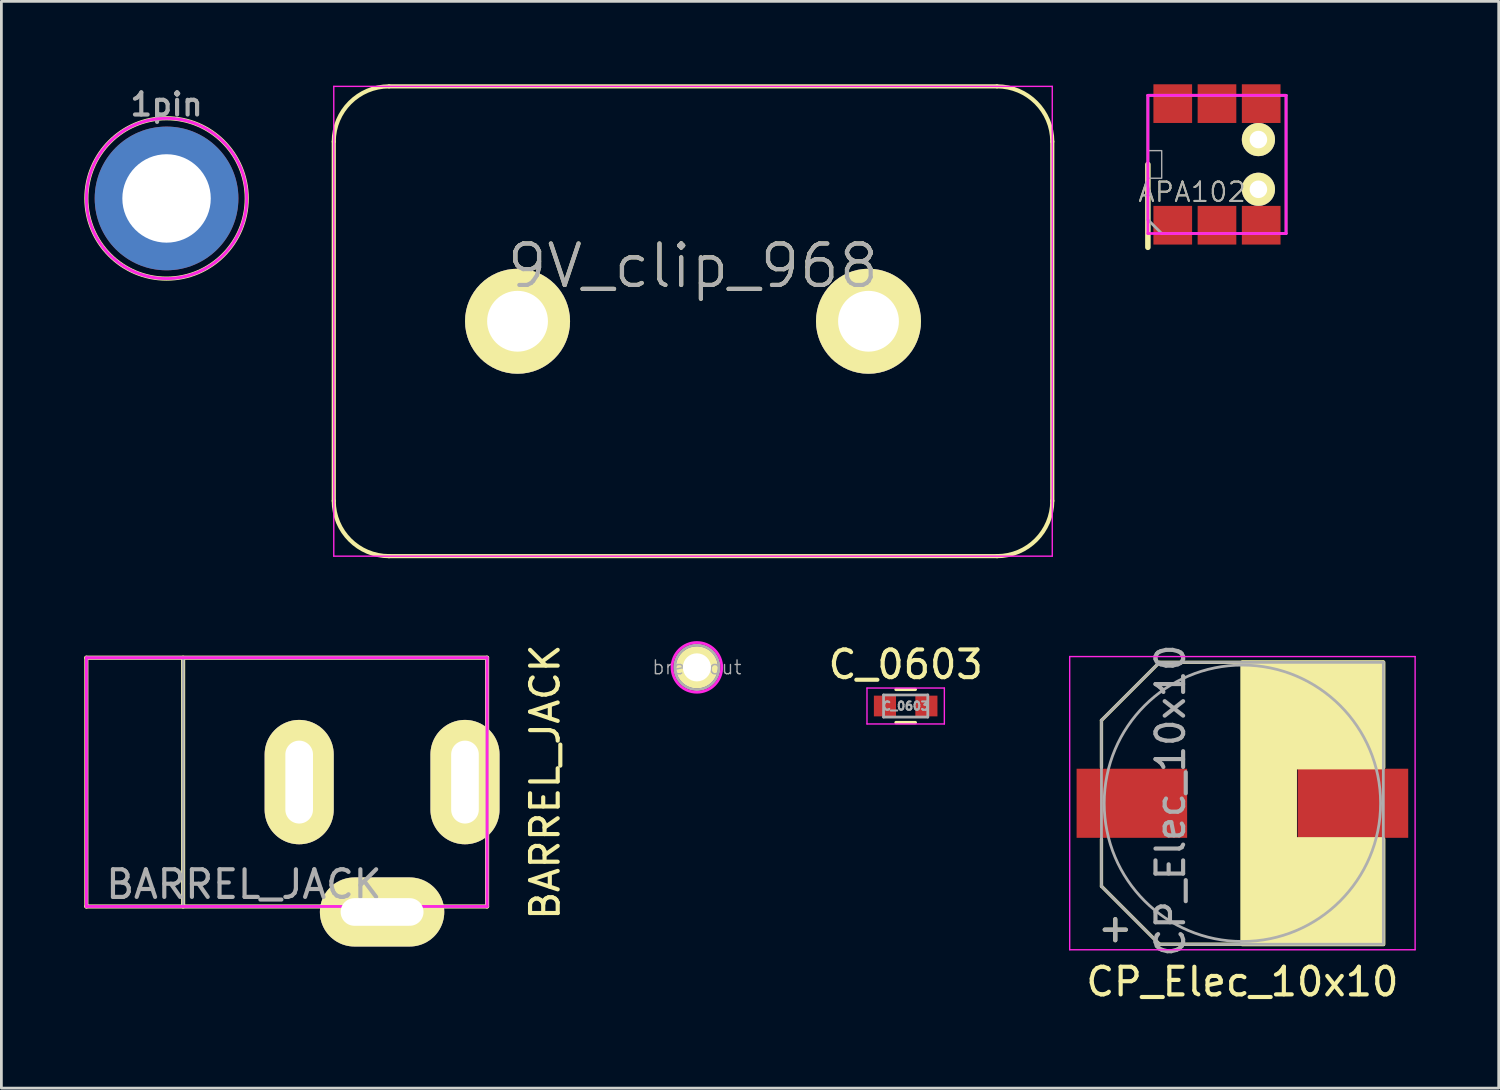
<source format=kicad_pcb>
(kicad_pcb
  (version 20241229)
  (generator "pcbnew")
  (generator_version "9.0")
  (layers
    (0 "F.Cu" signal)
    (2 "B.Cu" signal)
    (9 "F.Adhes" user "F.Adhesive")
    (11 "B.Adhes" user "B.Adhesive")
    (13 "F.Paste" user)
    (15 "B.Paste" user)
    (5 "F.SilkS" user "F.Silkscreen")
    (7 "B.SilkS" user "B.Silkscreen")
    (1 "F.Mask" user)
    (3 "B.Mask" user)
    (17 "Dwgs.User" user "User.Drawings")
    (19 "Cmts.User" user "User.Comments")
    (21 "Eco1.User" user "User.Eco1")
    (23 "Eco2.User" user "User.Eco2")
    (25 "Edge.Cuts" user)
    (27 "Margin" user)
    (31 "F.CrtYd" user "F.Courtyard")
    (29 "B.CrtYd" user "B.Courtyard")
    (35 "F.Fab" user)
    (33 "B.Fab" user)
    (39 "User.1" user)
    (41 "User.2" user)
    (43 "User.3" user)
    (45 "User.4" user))
  (footprint "1pin"
    (layer "F.Cu")
    (at 2.977 4.131)
    (property "Reference" "1pin" (at 0 -3.4 0) (layer "F.Fab") (effects (font (size 0.8 0.8) (thickness 0.15))))
    (attr through_hole)
    (fp_circle (center 0 0) (end 2.9 0.1) (stroke (width 0.15) (type solid)) (fill no) (layer "F.SilkS"))
    (fp_circle (center 0 0) (end 2.9 0) (stroke (width 0.1) (type solid)) (fill no) (layer "F.CrtYd"))
    (fp_line (start -0.5 0) (end 0.5 0) (stroke (width 0.05) (type solid)) (layer "F.Fab"))
    (fp_line (start 0 -0.5) (end 0 0.5) (stroke (width 0.05) (type solid)) (layer "F.Fab"))
    (fp_circle (center 0 0) (end 2.902 0) (stroke (width 0.1) (type solid)) (fill no) (layer "F.Fab"))
    (pad "1" thru_hole circle (at 0 0) (size 5.2 5.2) (drill 3.2) (layers "*.Cu" "*.Mask")))
  (footprint "9V_clip_968"
    (layer "F.Cu")
    (at 22.028 8.575)
    (property "Reference" "9V_clip_968" (at 0 -2 0) (layer "F.SilkS") (effects (font (size 1.5 1.5) (thickness 0.15))))
    (attr through_hole)
    (fp_line (start -13 -6.5) (end -13 6.5) (stroke (width 0.15) (type solid)) (layer "F.SilkS"))
    (fp_line (start -11 8.5) (end 11 8.5) (stroke (width 0.15) (type solid)) (layer "F.SilkS"))
    (fp_line (start 11 -8.5) (end -11 -8.5) (stroke (width 0.15) (type solid)) (layer "F.SilkS"))
    (fp_line (start 13 6.5) (end 13 -6.5) (stroke (width 0.15) (type solid)) (layer "F.SilkS"))
    (fp_arc (start -13 -6.5) (mid -12.414214 -7.914214) (end -11 -8.5) (stroke (width 0.15) (type solid)) (layer "F.SilkS"))
    (fp_arc (start -11 8.5) (mid -12.414214 7.914214) (end -13 6.5) (stroke (width 0.15) (type solid)) (layer "F.SilkS"))
    (fp_arc (start 11 -8.5) (mid 12.414214 -7.914214) (end 13 -6.5) (stroke (width 0.15) (type solid)) (layer "F.SilkS"))
    (fp_arc (start 13 6.5) (mid 12.414214 7.914214) (end 11 8.5) (stroke (width 0.15) (type solid)) (layer "F.SilkS"))
    (fp_line (start -13 -8.5) (end 13 -8.5) (stroke (width 0.05) (type solid)) (layer "F.CrtYd"))
    (fp_line (start -13 8.5) (end -13 -8.5) (stroke (width 0.05) (type solid)) (layer "F.CrtYd"))
    (fp_line (start 13 -8.5) (end 13 8.5) (stroke (width 0.05) (type solid)) (layer "F.CrtYd"))
    (fp_line (start 13 8.5) (end -13 8.5) (stroke (width 0.05) (type solid)) (layer "F.CrtYd"))
    (fp_text user "${REFERENCE}" (at 0 -2 0) (layer "F.Fab") (effects (font (size 1.5 1.5) (thickness 0.15))))
    (pad "1" thru_hole circle (at 6.35 0) (size 3.8 3.8) (drill 2.2) (layers "*.Cu" "*.Mask" "F.SilkS"))
    (pad "2" thru_hole circle (at -6.35 0) (size 3.8 3.8) (drill 2.2) (layers "*.Cu" "*.Mask" "F.SilkS")))
  (footprint "CP_Elec_10x10"
    (layer "F.Cu")
    (at 41.908 26.018)
    (property "Reference" "CP_Elec_10x10" (at 0 6.46 0) (layer "F.SilkS") (effects (font (size 1 1) (thickness 0.15))))
    (attr smd)
    (fp_line (start -5.1 -3) (end -5.1 -1.3) (stroke (width 0.12) (type solid)) (layer "F.SilkS"))
    (fp_line (start -5.1 -3) (end -3 -5.1) (stroke (width 0.12) (type solid)) (layer "F.SilkS"))
    (fp_line (start -5.1 3) (end -5.1 1.3) (stroke (width 0.12) (type solid)) (layer "F.SilkS"))
    (fp_line (start -3 -5.1) (end 5.1 -5.1) (stroke (width 0.12) (type solid)) (layer "F.SilkS"))
    (fp_line (start -3 5.1) (end -5.1 3) (stroke (width 0.12) (type solid)) (layer "F.SilkS"))
    (fp_line (start 5.1 -5.1) (end 5.1 -1.3) (stroke (width 0.12) (type solid)) (layer "F.SilkS"))
    (fp_line (start 5.1 5.1) (end -3 5.1) (stroke (width 0.12) (type solid)) (layer "F.SilkS"))
    (fp_line (start 5.1 5.1) (end 5.1 1.3) (stroke (width 0.12) (type solid)) (layer "F.SilkS"))
    (fp_poly (pts (xy 0 -5.1) (xy 0 5.1) (xy 5.1 5.1) (xy 5.1 1.3) (xy 1.9 1.3) (xy 1.9 -1.3) (xy 5.1 -1.3) (xy 5.1 -5.1)) (stroke (width 0.15) (type solid)) (fill yes) (layer "F.SilkS"))
    (fp_line (start -6.25 -5.31) (end -6.25 5.3) (stroke (width 0.05) (type solid)) (layer "F.CrtYd"))
    (fp_line (start -6.25 -5.31) (end 6.25 -5.31) (stroke (width 0.05) (type solid)) (layer "F.CrtYd"))
    (fp_line (start 6.25 5.3) (end -6.25 5.3) (stroke (width 0.05) (type solid)) (layer "F.CrtYd"))
    (fp_line (start 6.25 5.3) (end 6.25 -5.31) (stroke (width 0.05) (type solid)) (layer "F.CrtYd"))
    (fp_line (start -5.1 -3) (end -5.1 3) (stroke (width 0.1) (type solid)) (layer "F.Fab"))
    (fp_line (start -5.1 3) (end -3 5.1) (stroke (width 0.1) (type solid)) (layer "F.Fab"))
    (fp_line (start -3 -5.1) (end -5.1 -3) (stroke (width 0.1) (type solid)) (layer "F.Fab"))
    (fp_line (start -3 5.1) (end 5.1 5.1) (stroke (width 0.1) (type solid)) (layer "F.Fab"))
    (fp_line (start 5.1 -5.1) (end -3 -5.1) (stroke (width 0.1) (type solid)) (layer "F.Fab"))
    (fp_line (start 5.1 5.1) (end 5.1 -5.1) (stroke (width 0.1) (type solid)) (layer "F.Fab"))
    (fp_circle (center 0 0) (end 5.001 0) (stroke (width 0.1) (type solid)) (fill no) (layer "F.Fab"))
    (fp_text user "+" (at -4.6 4.5 0) (layer "F.SilkS") (effects (font (size 1 1) (thickness 0.15))))
    (fp_text user "${REFERENCE}" (at -2.6 -0.1 90) (layer "F.Fab") (effects (font (size 1 1) (thickness 0.15))))
    (fp_text user "+" (at -4.6 4.5 0) (layer "F.Fab") (effects (font (size 1 1) (thickness 0.15))))
    (pad "1" smd rect (at -4 0 180) (size 4 2.5) (layers "F.Cu" "F.Mask" "F.Paste"))
    (pad "2" smd rect (at 4 0 180) (size 4 2.5) (layers "F.Cu" "F.Mask" "F.Paste")))
  (footprint "breakout"
    (layer "F.Cu")
    (at 22.168 21.1)
    (property "Reference" "breakout" (at 0 0 0) (layer "F.Fab") (effects (font (size 0.5 0.5) (thickness 0.05))))
    (attr through_hole)
    (fp_circle (center 0 0) (end -0.9 0) (stroke (width 0.1) (type solid)) (fill no) (layer "F.CrtYd"))
    (fp_circle (center 0 0) (end -0.8 0.1) (stroke (width 0.1) (type solid)) (fill no) (layer "F.Fab"))
    (pad "1" thru_hole circle (at 0 0) (size 1.524 1.524) (drill 1.016) (layers "*.Cu" "*.Mask" "F.SilkS")))
  (footprint "BARREL_JACK"
    (layer "F.Cu")
    (at 7.576 25.251)
    (property "Reference" "BARREL_JACK" (at 9.1 0 90) (layer "F.SilkS") (effects (font (size 1 1) (thickness 0.15))))
    (attr through_hole)
    (fp_line (start -7.501 -4.501) (end -7.501 4.501) (stroke (width 0.15) (type solid)) (layer "F.SilkS"))
    (fp_line (start -7.501 4.501) (end 7 4.501) (stroke (width 0.15) (type solid)) (layer "F.SilkS"))
    (fp_line (start -4 -4.501) (end -4 4.501) (stroke (width 0.15) (type solid)) (layer "F.SilkS"))
    (fp_line (start 7 -4.501) (end -7.501 -4.501) (stroke (width 0.15) (type solid)) (layer "F.SilkS"))
    (fp_line (start 7 4.501) (end 7 -4.501) (stroke (width 0.15) (type solid)) (layer "F.SilkS"))
    (fp_line (start -7.5 -4.5) (end 7 -4.5) (stroke (width 0.1) (type solid)) (layer "F.CrtYd"))
    (fp_line (start -7.5 4.5) (end -7.5 -4.5) (stroke (width 0.1) (type solid)) (layer "F.CrtYd"))
    (fp_line (start 7 -4.5) (end 7 4.5) (stroke (width 0.1) (type solid)) (layer "F.CrtYd"))
    (fp_line (start 7 4.5) (end -7.5 4.5) (stroke (width 0.1) (type solid)) (layer "F.CrtYd"))
    (fp_line (start -7.5 -4.5) (end 7 -4.5) (stroke (width 0.1) (type solid)) (layer "F.Fab"))
    (fp_line (start -7.5 4.5) (end -7.5 -4.5) (stroke (width 0.1) (type solid)) (layer "F.Fab"))
    (fp_line (start -4 4.5) (end -4 -4.5) (stroke (width 0.1) (type solid)) (layer "F.Fab"))
    (fp_line (start 7 -4.5) (end 7 4.5) (stroke (width 0.1) (type solid)) (layer "F.Fab"))
    (fp_line (start 7 4.5) (end -7.5 4.5) (stroke (width 0.1) (type solid)) (layer "F.Fab"))
    (fp_text user "${REFERENCE}" (at -1.8 3.7 0) (layer "F.Fab") (effects (font (size 1 1) (thickness 0.15))))
    (pad "1" thru_hole oval (at 6.2 0) (size 2.5 4.5) (drill oval 1 3) (layers "*.Cu" "*.Mask" "F.SilkS"))
    (pad "2" thru_hole oval (at 0.2 0) (size 2.5 4.5) (drill oval 1 3) (layers "*.Cu" "*.Mask" "F.SilkS"))
    (pad "3" thru_hole oval (at 3.2 4.7) (size 4.5 2.5) (drill oval 3 1) (layers "*.Cu" "*.Mask" "F.SilkS")))
  (footprint "APA102"
    (layer "F.Cu")
    (at 40.988 2.9)
    (property "Reference" "APA102" (at -0.9 1 0) (layer "F.SilkS") (effects (font (size 0.7 0.7) (thickness 0.07))))
    (attr smd)
    (fp_line (start -2.5 0) (end -2.5 3) (stroke (width 0.2) (type solid)) (layer "F.SilkS"))
    (fp_line (start -2.5 -2.5) (end -2.5 2.5) (stroke (width 0.1) (type solid)) (layer "F.CrtYd"))
    (fp_line (start -2.5 2.5) (end 2.5 2.5) (stroke (width 0.1) (type solid)) (layer "F.CrtYd"))
    (fp_line (start 2.5 -2.5) (end -2.5 -2.5) (stroke (width 0.1) (type solid)) (layer "F.CrtYd"))
    (fp_line (start 2.5 2.5) (end 2.5 -2.5) (stroke (width 0.1) (type solid)) (layer "F.CrtYd"))
    (fp_line (start -2.5 -2.5) (end 2.5 -2.5) (stroke (width 0.1) (type solid)) (layer "F.Fab"))
    (fp_line (start -2.5 2) (end -2.5 -2.5) (stroke (width 0.1) (type solid)) (layer "F.Fab"))
    (fp_line (start -2 2.5) (end -2.5 2) (stroke (width 0.1) (type solid)) (layer "F.Fab"))
    (fp_line (start 2.5 -2.5) (end 2.5 2.5) (stroke (width 0.1) (type solid)) (layer "F.Fab"))
    (fp_line (start 2.5 2.5) (end -2 2.5) (stroke (width 0.1) (type solid)) (layer "F.Fab"))
    (fp_poly (pts (xy -2.5 -0.5) (xy -2 -0.5) (xy -2 0.5) (xy -2.5 0.5)) (stroke (width 0.05) (type solid)) (fill no) (layer "F.Fab"))
    (fp_text user "${REFERENCE}" (at -0.9 1 0) (layer "F.Fab") (effects (font (size 0.7 0.7) (thickness 0.07))))
    (pad "1" smd rect (at -1.6 2.2 90) (size 1.4 1.4) (layers "F.Cu" "F.Mask" "F.Paste"))
    (pad "2" smd rect (at 0 2.2 90) (size 1.4 1.4) (layers "F.Cu" "F.Mask" "F.Paste"))
    (pad "3" thru_hole circle (at 1.5 0.9) (size 1.2 1.2) (drill 0.635) (layers "*.Cu" "F.SilkS"))
    (pad "3" smd rect (at 1.6 2.2 90) (size 1.4 1.4) (layers "F.Cu" "F.Mask" "F.Paste"))
    (pad "4" thru_hole circle (at 1.5 -0.9) (size 1.2 1.2) (drill 0.635) (layers "*.Cu" "F.SilkS"))
    (pad "4" smd rect (at 1.6 -2.2 90) (size 1.4 1.4) (layers "F.Cu" "F.Mask" "F.Paste"))
    (pad "5" smd rect (at 0 -2.2 90) (size 1.4 1.4) (layers "F.Cu" "F.Mask" "F.Paste"))
    (pad "6" smd rect (at -1.6 -2.2 90) (size 1.4 1.4) (layers "F.Cu" "F.Mask" "F.Paste")))
  (footprint "C_0603"
    (layer "F.Cu")
    (at 29.723 22.498)
    (property "Reference" "C_0603" (at 0 -1.5 0) (layer "F.SilkS") (effects (font (size 1 1) (thickness 0.15))))
    (attr smd)
    (fp_line (start -0.35 -0.6) (end 0.35 -0.6) (stroke (width 0.12) (type solid)) (layer "F.SilkS"))
    (fp_line (start 0.35 0.6) (end -0.35 0.6) (stroke (width 0.12) (type solid)) (layer "F.SilkS"))
    (fp_line (start -1.4 -0.65) (end -1.4 0.65) (stroke (width 0.05) (type solid)) (layer "F.CrtYd"))
    (fp_line (start -1.4 -0.65) (end 1.4 -0.65) (stroke (width 0.05) (type solid)) (layer "F.CrtYd"))
    (fp_line (start 1.4 0.65) (end -1.4 0.65) (stroke (width 0.05) (type solid)) (layer "F.CrtYd"))
    (fp_line (start 1.4 0.65) (end 1.4 -0.65) (stroke (width 0.05) (type solid)) (layer "F.CrtYd"))
    (fp_line (start -0.8 -0.4) (end 0.8 -0.4) (stroke (width 0.1) (type solid)) (layer "F.Fab"))
    (fp_line (start -0.8 0.4) (end -0.8 -0.4) (stroke (width 0.1) (type solid)) (layer "F.Fab"))
    (fp_line (start 0.8 -0.4) (end 0.8 0.4) (stroke (width 0.1) (type solid)) (layer "F.Fab"))
    (fp_line (start 0.8 0.4) (end -0.8 0.4) (stroke (width 0.1) (type solid)) (layer "F.Fab"))
    (fp_text user "${REFERENCE}" (at 0 0 0) (layer "F.Fab") (effects (font (size 0.3 0.3) (thickness 0.075))))
    (pad "1" smd rect (at -0.75 0) (size 0.8 0.75) (layers "F.Cu" "F.Mask" "F.Paste"))
    (pad "2" smd rect (at 0.75 0) (size 0.8 0.75) (layers "F.Cu" "F.Mask" "F.Paste")))
  (gr_rect
    (start -3 -3)
    (end 51.183 36.326)
    (stroke (width 0.1) (type default))
    (fill no)
    (layer "Edge.Cuts")))
</source>
